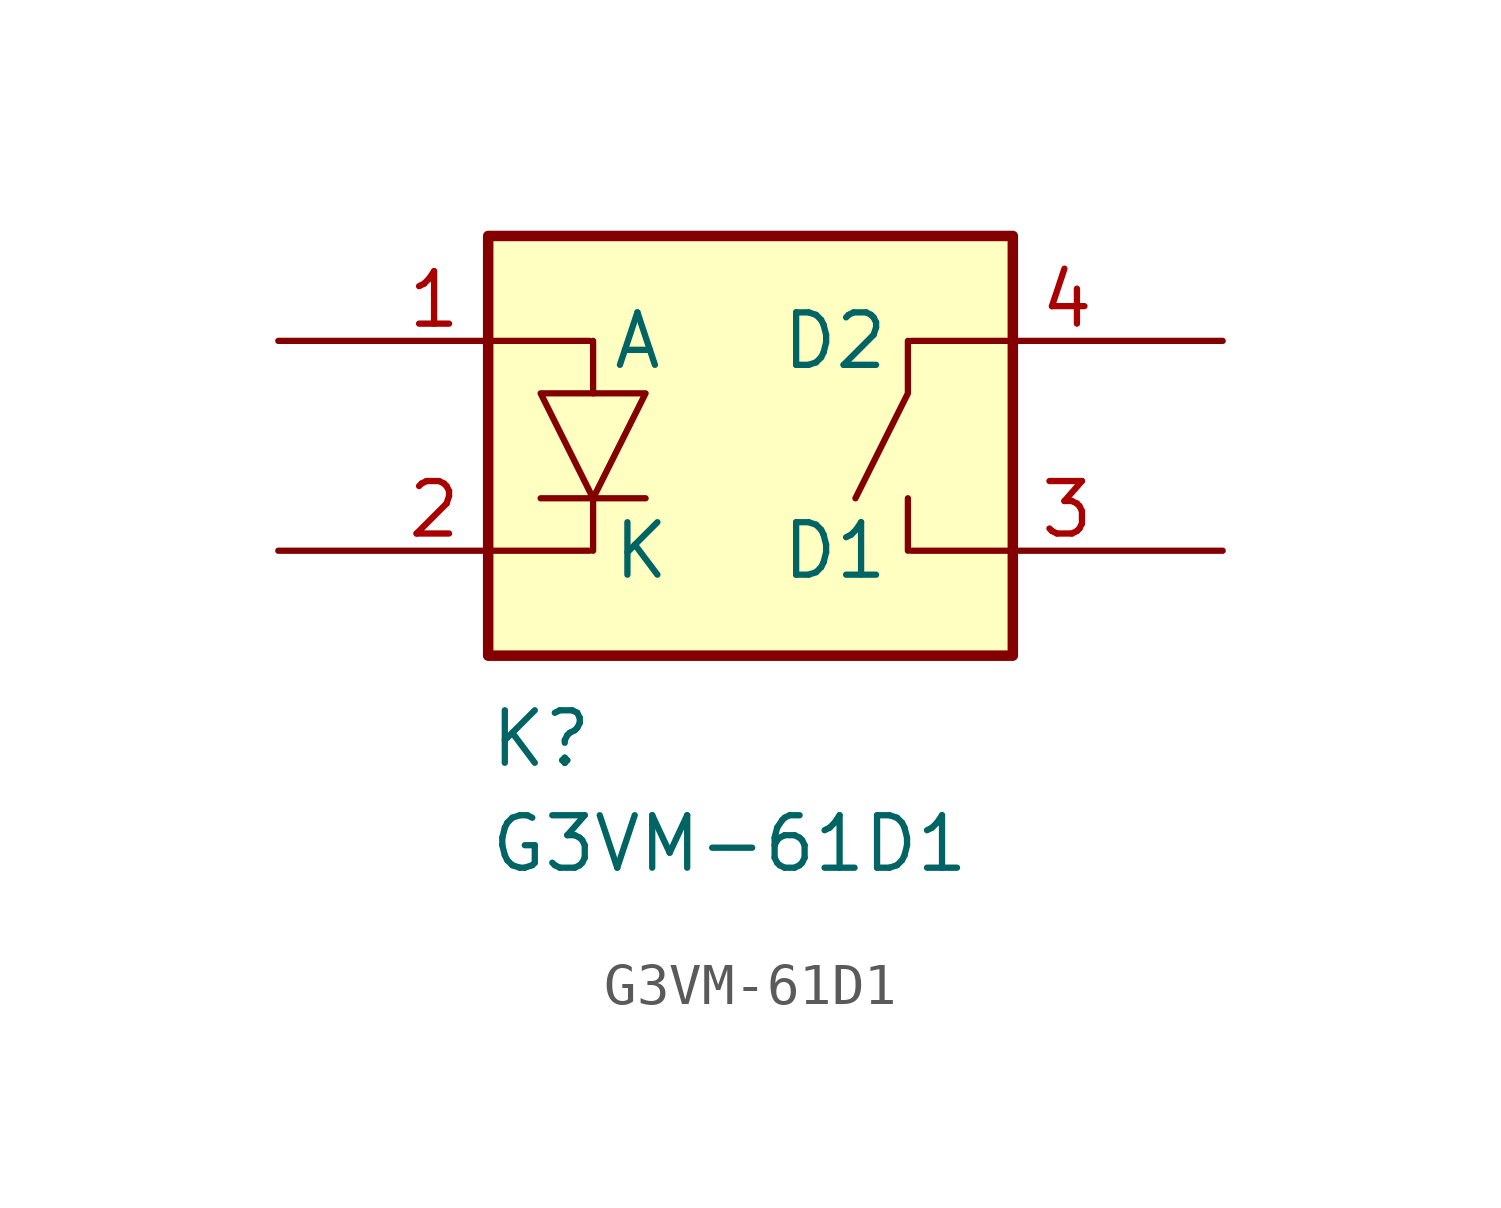
<source format=kicad_sym>
(kicad_symbol_lib
  (version 20220914)
  (generator kicad_symbol_editor)
  (symbol "G3VM-61D1"
    (property "Reference" "K"
      (at 0 -6.35 0)
      (effects (font (size 1.27 1.27)) (justify left top)))
    (property "Value" "G3VM-61D1"
      (at 0 -8.89 0)
      (effects (font (size 1.27 1.27)) (justify left top)))
    (symbol "G3VM-61D1_0_1"
      (polyline (pts (xy 1.27 -1.27) (xy 3.81 -1.27)) (stroke (width 0) (type default)) (fill (type none)))
      (polyline (pts (xy 2.54 -1.27) (xy 2.54 -2.54)) (stroke (width 0) (type default)) (fill (type none)))
      (polyline (pts (xy 2.54 1.27) (xy 2.54 2.54)) (stroke (width 0) (type default)) (fill (type none)))
      (polyline (pts (xy 10.16 -2.54) (xy 10.16 -1.27)) (stroke (width 0) (type default)) (fill (type none)))
      (polyline (pts (xy 10.16 2.54) (xy 10.16 1.27) (xy 8.89 -1.27)) (stroke (width 0) (type default)) (fill (type none)))
      (polyline (pts (xy 1.27 1.27) (xy 2.54 -1.27) (xy 3.81 1.27) (xy 1.27 1.27)) (stroke (width 0) (type default)) (fill (type none))))
    (symbol "G3VM-61D1_1_1"
      (rectangle (start 0 5.08) (end 12.7 -5.08) (stroke (width 0.254) (type default)) (fill (type background)))
      (pin passive line (at -5.08 2.54 0) (length 7.54) (name "A" (effects (font (size 1.27 1.27)))) (number "1" (effects (font (size 1.27 1.27)))))
      (pin passive line (at -5.08 -2.54 0) (length 7.54) (name "K" (effects (font (size 1.27 1.27)))) (number "2" (effects (font (size 1.27 1.27)))))
      (pin passive line (at 17.78 -2.54 180) (length 7.54) (name "D1" (effects (font (size 1.27 1.27)))) (number "3" (effects (font (size 1.27 1.27)))))
      (pin passive line (at 17.78 2.54 180) (length 7.54) (name "D2" (effects (font (size 1.27 1.27)))) (number "4" (effects (font (size 1.27 1.27))))))))
</source>
